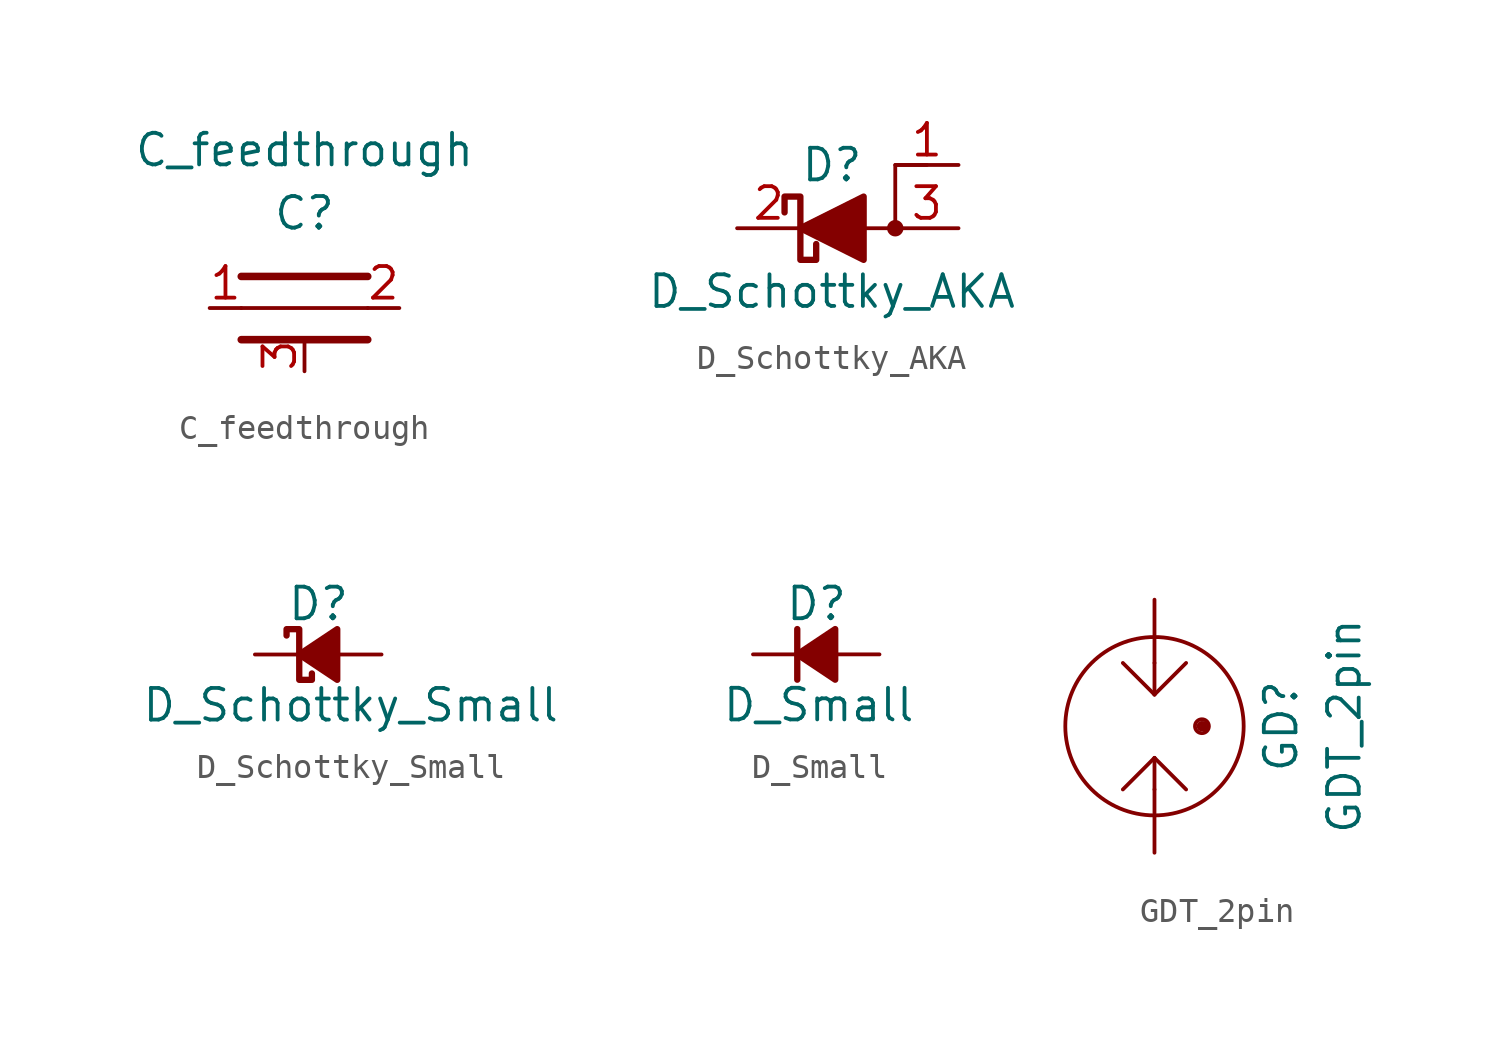
<source format=kicad_sym>
(kicad_symbol_lib
  (version 20211014)
  (generator kicad_symbol_editor)
  (symbol "C_feedthrough"
    (pin_names
      (offset 1.016))
    (property "Reference" "C"
      (at 0 2.54 0)
      (effects (font (size 1.27 1.27))))
    (property "Value" "C_feedthrough"
      (at 0 5.08 0)
      (effects (font (size 1.27 1.27))))
    (symbol "C_feedthrough_0_1"
      (polyline (pts (xy -2.54 -2.54) (xy 2.54 -2.54)) (stroke (width 0.305) (type default) (color 0 0 0 0)) (fill (type none)))
      (polyline (pts (xy -2.54 -1.27) (xy 2.54 -1.27)) (stroke (width 0) (type default) (color 0 0 0 0)) (fill (type none)))
      (polyline (pts (xy -2.54 0) (xy 2.54 0)) (stroke (width 0.305) (type default) (color 0 0 0 0)) (fill (type none))))
    (symbol "C_feedthrough_1_1"
      (pin bidirectional line (at -3.81 -1.27 0) (length 1.27) (name "~" (effects (font (size 1.27 1.27)))) (number "1" (effects (font (size 1.27 1.27)))))
      (pin bidirectional line (at 3.81 -1.27 180) (length 1.27) (name "~" (effects (font (size 1.27 1.27)))) (number "2" (effects (font (size 1.27 1.27)))))
      (pin bidirectional line (at 0 -3.81 90) (length 1.27) (name "~" (effects (font (size 1.27 1.27)))) (number "3" (effects (font (size 1.27 1.27)))))))
  (symbol "D_Schottky_AKA"
    (pin_names
      (offset 0) hide)
    (property "Reference" "D"
      (at 0 2.54 0)
      (effects (font (size 1.27 1.27))))
    (property "Value" "D_Schottky_AKA"
      (at 0 -2.54 0)
      (effects (font (size 1.27 1.27))))
    (symbol "D_Schottky_AKA_0_1"
      (polyline (pts (xy 1.27 1.27) (xy 1.27 -1.27) (xy -1.27 0) (xy 1.27 1.27)) (stroke (width 0.254) (type default) (color 0 0 0 0)) (fill (type outline)))
      (polyline (pts (xy 3.81 2.54) (xy 2.54 2.54) (xy 2.54 0) (xy -1.27 0)) (stroke (width 0) (type default) (color 0 0 0 0)) (fill (type none)))
      (polyline (pts (xy -1.905 0.635) (xy -1.905 1.27) (xy -1.27 1.27) (xy -1.27 -1.27) (xy -0.635 -1.27) (xy -0.635 -0.635)) (stroke (width 0.254) (type default) (color 0 0 0 0)) (fill (type none)))
      (circle (center 2.54 0) (radius 0.254) (stroke (width 0) (type default) (color 0 0 0 0)) (fill (type outline))))
    (symbol "D_Schottky_AKA_1_1"
      (pin input line (at 5.08 2.54 180) (length 2.54) (name "A" (effects (font (size 1.27 1.27)))) (number "1" (effects (font (size 1.27 1.27)))))
      (pin passive line (at -3.81 0 0) (length 2.54) (name "K" (effects (font (size 1.27 1.27)))) (number "2" (effects (font (size 1.27 1.27)))))
      (pin passive line (at 5.08 0 180) (length 2.54) (name "A" (effects (font (size 1.27 1.27)))) (number "3" (effects (font (size 1.27 1.27)))))))
  (symbol "D_Schottky_Small"
    (pin_numbers hide)
    (pin_names
      (offset 0.254) hide)
    (property "Reference" "D"
      (at -1.27 2.032 0)
      (effects (font (size 1.27 1.27)) (justify left)))
    (property "Value" "D_Schottky_Small"
      (at -7.112 -2.032 0)
      (effects (font (size 1.27 1.27)) (justify left)))
    (symbol "D_Schottky_Small_0_1"
      (polyline (pts (xy -0.762 0) (xy 0.762 0)) (stroke (width 0) (type default) (color 0 0 0 0)) (fill (type none)))
      (polyline (pts (xy 0.762 -1.016) (xy -0.762 0) (xy 0.762 1.016) (xy 0.762 -1.016)) (stroke (width 0.254) (type default) (color 0 0 0 0)) (fill (type outline)))
      (polyline (pts (xy -1.27 0.762) (xy -1.27 1.016) (xy -0.762 1.016) (xy -0.762 -1.016) (xy -0.254 -1.016) (xy -0.254 -0.762)) (stroke (width 0.254) (type default) (color 0 0 0 0)) (fill (type none))))
    (symbol "D_Schottky_Small_1_1"
      (pin passive line (at -2.54 0 0) (length 1.778) (name "K" (effects (font (size 1.27 1.27)))) (number "1" (effects (font (size 1.27 1.27)))))
      (pin passive line (at 2.54 0 180) (length 1.778) (name "A" (effects (font (size 1.27 1.27)))) (number "2" (effects (font (size 1.27 1.27)))))))
  (symbol "D_Small"
    (pin_numbers hide)
    (pin_names
      (offset 0.254) hide)
    (property "Reference" "D"
      (at -1.27 2.032 0)
      (effects (font (size 1.27 1.27)) (justify left)))
    (property "Value" "D_Small"
      (at -3.81 -2.032 0)
      (effects (font (size 1.27 1.27)) (justify left)))
    (symbol "D_Small_0_1"
      (polyline (pts (xy -0.762 -1.016) (xy -0.762 1.016)) (stroke (width 0.254) (type default) (color 0 0 0 0)) (fill (type none)))
      (polyline (pts (xy -0.762 0) (xy 0.762 0)) (stroke (width 0) (type default) (color 0 0 0 0)) (fill (type none)))
      (polyline (pts (xy 0.762 -1.016) (xy -0.762 0) (xy 0.762 1.016) (xy 0.762 -1.016)) (stroke (width 0.254) (type default) (color 0 0 0 0)) (fill (type outline))))
    (symbol "D_Small_1_1"
      (pin passive line (at -2.54 0 0) (length 1.778) (name "K" (effects (font (size 1.27 1.27)))) (number "1" (effects (font (size 1.27 1.27)))))
      (pin passive line (at 2.54 0 180) (length 1.778) (name "A" (effects (font (size 1.27 1.27)))) (number "2" (effects (font (size 1.27 1.27)))))))
  (symbol "GDT_2pin"
    (pin_numbers hide)
    (property "Reference" "GD"
      (at 5.08 0 90)
      (effects (font (size 1.27 1.27))))
    (property "Value" "GDT_2pin"
      (at 7.62 0 90)
      (effects (font (size 1.27 1.27))))
    (symbol "GDT_2pin_0_1"
      (polyline (pts (xy 0 -2.54) (xy 0 -1.27)) (stroke (width 0) (type default) (color 0 0 0 0)) (fill (type none)))
      (polyline (pts (xy 0 -1.27) (xy -1.27 -2.54)) (stroke (width 0) (type default) (color 0 0 0 0)) (fill (type none)))
      (polyline (pts (xy 0 -1.27) (xy 1.27 -2.54)) (stroke (width 0) (type default) (color 0 0 0 0)) (fill (type none)))
      (polyline (pts (xy 0 1.27) (xy -1.27 2.54)) (stroke (width 0) (type default) (color 0 0 0 0)) (fill (type none)))
      (polyline (pts (xy 0 1.27) (xy 1.27 2.54)) (stroke (width 0) (type default) (color 0 0 0 0)) (fill (type none)))
      (polyline (pts (xy 0 2.54) (xy 0 1.27)) (stroke (width 0) (type default) (color 0 0 0 0)) (fill (type none)))
      (circle (center 0 0) (radius 3.581) (stroke (width 0) (type default) (color 0 0 0 0)) (fill (type none)))
      (circle (center 1.905 0) (radius 0.127) (stroke (width 0) (type default) (color 0 0 0 0)) (fill (type none)))
      (circle (center 1.905 0) (radius 0.127) (stroke (width 0) (type default) (color 0 0 0 0)) (fill (type none)))
      (circle (center 1.905 0) (radius 0.279) (stroke (width 0) (type default) (color 0 0 0 0)) (fill (type none)))
      (circle (center 2.032 0) (radius 0.127) (stroke (width 0) (type default) (color 0 0 0 0)) (fill (type none))))
    (symbol "GDT_2pin_1_1"
      (pin passive line (at 0 -5.08 90) (length 2.54) (name "~" (effects (font (size 1.27 1.27)))) (number "1" (effects (font (size 1.27 1.27)))))
      (pin passive line (at 0 5.08 270) (length 2.54) (name "~" (effects (font (size 1.27 1.27)))) (number "2" (effects (font (size 1.27 1.27))))))))
</source>
